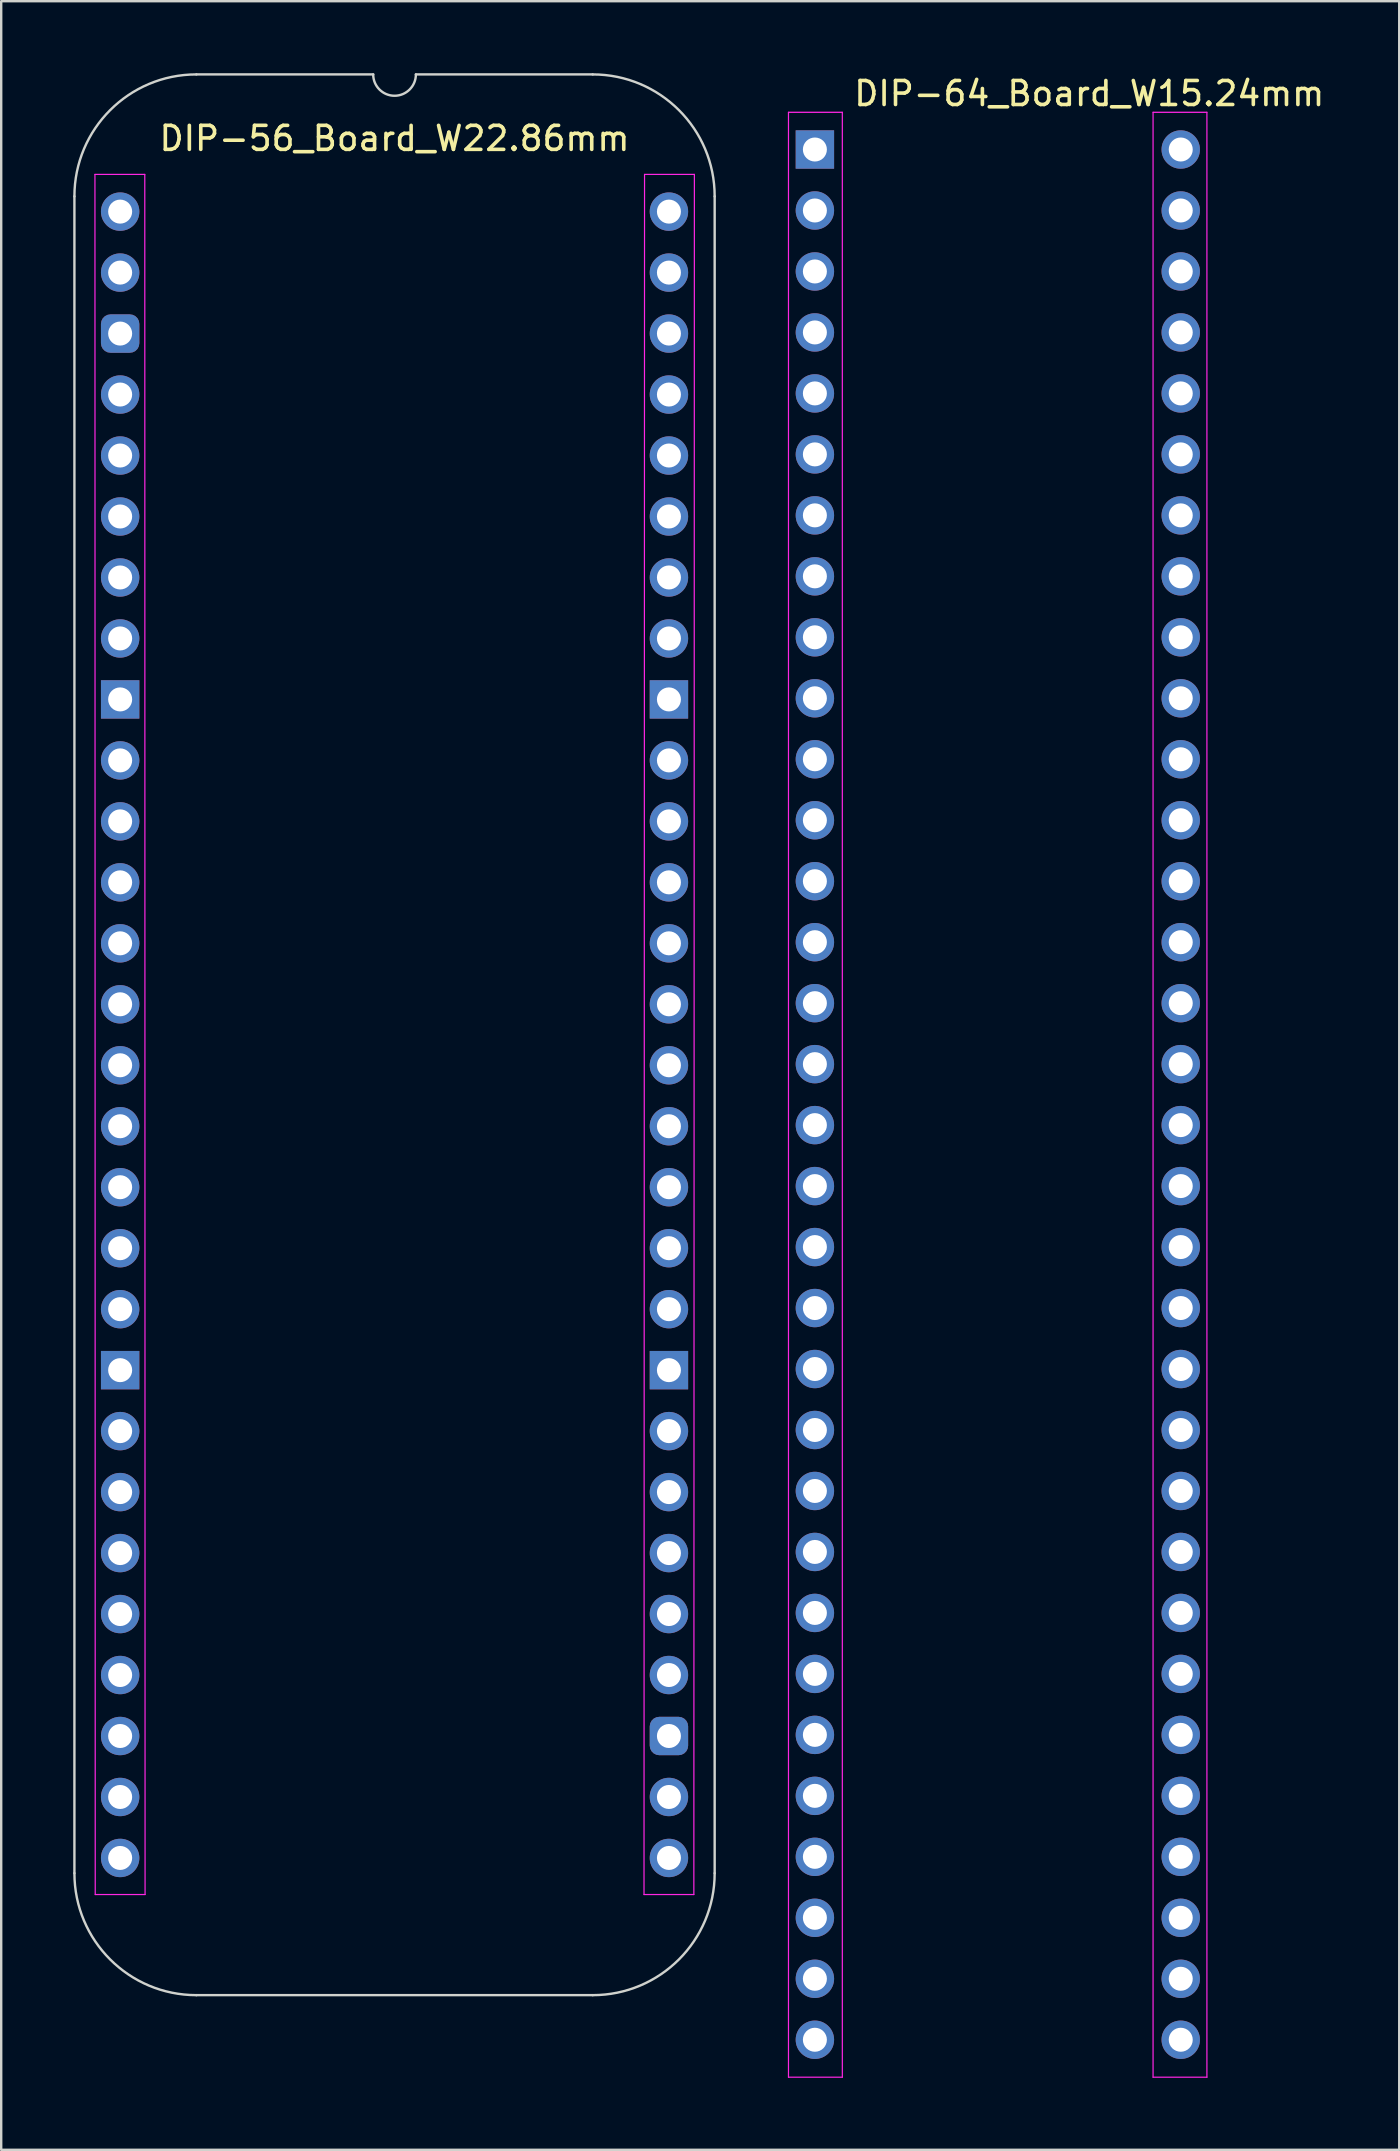
<source format=kicad_pcb>
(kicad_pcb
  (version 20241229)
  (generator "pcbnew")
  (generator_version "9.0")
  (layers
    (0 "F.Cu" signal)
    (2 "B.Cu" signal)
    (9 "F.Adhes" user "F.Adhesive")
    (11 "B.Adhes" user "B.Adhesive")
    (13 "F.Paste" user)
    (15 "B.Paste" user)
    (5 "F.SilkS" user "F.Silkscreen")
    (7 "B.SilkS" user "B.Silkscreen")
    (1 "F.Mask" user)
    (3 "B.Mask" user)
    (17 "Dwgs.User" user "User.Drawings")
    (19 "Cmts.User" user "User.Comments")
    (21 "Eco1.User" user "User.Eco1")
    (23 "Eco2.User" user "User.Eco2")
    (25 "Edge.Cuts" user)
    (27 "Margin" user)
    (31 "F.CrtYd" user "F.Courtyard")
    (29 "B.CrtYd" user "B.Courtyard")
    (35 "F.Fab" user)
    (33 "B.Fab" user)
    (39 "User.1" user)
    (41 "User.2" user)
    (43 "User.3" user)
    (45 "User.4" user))
  (footprint "DIP-56_Board_W22.86mm"
    (layer "F.Cu")
    (at 1.955 5.765)
    (property "Reference" "DIP-56_Board_W22.86mm" (at 11.43 -3.048 0) (layer "F.SilkS") (effects (font (size 1 1) (thickness 0.15))))
    (attr through_hole)
    (fp_line (start -1.905 -0.635) (end -1.905 69.215) (stroke (width 0.1) (type solid)) (layer "Edge.Cuts"))
    (fp_line (start 10.541 -5.715) (end 3.175 -5.715) (stroke (width 0.1) (type solid)) (layer "Edge.Cuts"))
    (fp_line (start 19.685 -5.715) (end 12.319 -5.715) (stroke (width 0.1) (type solid)) (layer "Edge.Cuts"))
    (fp_line (start 19.685 74.295) (end 3.175 74.295) (stroke (width 0.1) (type solid)) (layer "Edge.Cuts"))
    (fp_line (start 24.765 69.215) (end 24.765 -0.635) (stroke (width 0.1) (type solid)) (layer "Edge.Cuts"))
    (fp_arc (start -1.905 -0.635) (mid -0.417102 -4.227102) (end 3.175 -5.715) (stroke (width 0.1) (type solid)) (layer "Edge.Cuts"))
    (fp_arc (start 3.175 74.295) (mid -0.417102 72.807102) (end -1.905 69.215) (stroke (width 0.1) (type solid)) (layer "Edge.Cuts"))
    (fp_arc (start 12.319 -5.715) (mid 11.43 -4.826) (end 10.541 -5.715) (stroke (width 0.1) (type default)) (layer "Edge.Cuts"))
    (fp_arc (start 19.685 -5.715) (mid 23.277102 -4.227102) (end 24.765 -0.635) (stroke (width 0.1) (type solid)) (layer "Edge.Cuts"))
    (fp_arc (start 24.765 69.215) (mid 23.277103 72.807104) (end 19.685 74.295) (stroke (width 0.1) (type solid)) (layer "Edge.Cuts"))
    (fp_line (start -1.05 -1.55) (end -1.038 70.104) (stroke (width 0.05) (type solid)) (layer "F.CrtYd"))
    (fp_line (start -1.038 70.104) (end 1.038 70.104) (stroke (width 0.05) (type solid)) (layer "F.CrtYd"))
    (fp_line (start 1.026 -1.55) (end -1.05 -1.55) (stroke (width 0.05) (type solid)) (layer "F.CrtYd"))
    (fp_line (start 1.038 70.104) (end 1.026 -1.55) (stroke (width 0.05) (type solid)) (layer "F.CrtYd"))
    (fp_line (start 21.822 70.104) (end 21.844 -1.55) (stroke (width 0.05) (type solid)) (layer "F.CrtYd"))
    (fp_line (start 21.822 70.104) (end 23.898 70.104) (stroke (width 0.05) (type solid)) (layer "F.CrtYd"))
    (fp_line (start 23.898 70.104) (end 23.92 -1.55) (stroke (width 0.05) (type solid)) (layer "F.CrtYd"))
    (fp_line (start 23.92 -1.55) (end 21.844 -1.55) (stroke (width 0.05) (type solid)) (layer "F.CrtYd"))
    (pad "1" thru_hole oval (at 0 0) (size 1.6 1.6) (drill 1) (layers "*.Cu" "*.Mask"))
    (pad "2" thru_hole oval (at 0 2.54) (size 1.6 1.6) (drill 1) (layers "*.Cu" "*.Mask"))
    (pad "3" thru_hole roundrect (at 0 5.08) (size 1.6 1.6) (drill 1) (layers "*.Cu" "*.Mask") (roundrect_rratio 0.25))
    (pad "4" thru_hole oval (at 0 7.62) (size 1.6 1.6) (drill 1) (layers "*.Cu" "*.Mask"))
    (pad "5" thru_hole oval (at 0 10.16) (size 1.6 1.6) (drill 1) (layers "*.Cu" "*.Mask"))
    (pad "6" thru_hole oval (at 0 12.7) (size 1.6 1.6) (drill 1) (layers "*.Cu" "*.Mask"))
    (pad "7" thru_hole oval (at 0 15.24) (size 1.6 1.6) (drill 1) (layers "*.Cu" "*.Mask"))
    (pad "8" thru_hole oval (at 0 17.78) (size 1.6 1.6) (drill 1) (layers "*.Cu" "*.Mask"))
    (pad "9" thru_hole rect (at 0 20.32) (size 1.6 1.6) (drill 1) (layers "*.Cu" "*.Mask"))
    (pad "10" thru_hole circle (at 0 22.86) (size 1.6 1.6) (drill 1) (layers "*.Cu" "*.Mask"))
    (pad "11" thru_hole circle (at 0 25.4) (size 1.6 1.6) (drill 1) (layers "*.Cu" "*.Mask"))
    (pad "12" thru_hole oval (at 0 27.94) (size 1.6 1.6) (drill 1) (layers "*.Cu" "*.Mask"))
    (pad "13" thru_hole oval (at 0 30.48) (size 1.6 1.6) (drill 1) (layers "*.Cu" "*.Mask"))
    (pad "14" thru_hole oval (at 0 33.02) (size 1.6 1.6) (drill 1) (layers "*.Cu" "*.Mask"))
    (pad "15" thru_hole oval (at 0 35.56) (size 1.6 1.6) (drill 1) (layers "*.Cu" "*.Mask"))
    (pad "16" thru_hole oval (at 0 38.1) (size 1.6 1.6) (drill 1) (layers "*.Cu" "*.Mask"))
    (pad "17" thru_hole oval (at 0 40.64) (size 1.6 1.6) (drill 1) (layers "*.Cu" "*.Mask"))
    (pad "18" thru_hole oval (at 0 43.18) (size 1.6 1.6) (drill 1) (layers "*.Cu" "*.Mask"))
    (pad "19" thru_hole circle (at 0 45.72) (size 1.6 1.6) (drill 1) (layers "*.Cu" "*.Mask"))
    (pad "20" thru_hole rect (at 0 48.26) (size 1.6 1.6) (drill 1) (layers "*.Cu" "*.Mask"))
    (pad "21" thru_hole oval (at 0 50.8) (size 1.6 1.6) (drill 1) (layers "*.Cu" "*.Mask"))
    (pad "22" thru_hole oval (at 0 53.34) (size 1.6 1.6) (drill 1) (layers "*.Cu" "*.Mask"))
    (pad "23" thru_hole oval (at 0 55.88) (size 1.6 1.6) (drill 1) (layers "*.Cu" "*.Mask"))
    (pad "24" thru_hole oval (at 0 58.42) (size 1.6 1.6) (drill 1) (layers "*.Cu" "*.Mask"))
    (pad "25" thru_hole oval (at 0 60.96) (size 1.6 1.6) (drill 1) (layers "*.Cu" "*.Mask"))
    (pad "26" thru_hole oval (at 0 63.5) (size 1.6 1.6) (drill 1) (layers "*.Cu" "*.Mask"))
    (pad "27" thru_hole oval (at 0 66.04) (size 1.6 1.6) (drill 1) (layers "*.Cu" "*.Mask"))
    (pad "28" thru_hole oval (at 0 68.58) (size 1.6 1.6) (drill 1) (layers "*.Cu" "*.Mask"))
    (pad "29" thru_hole oval (at 22.86 68.58) (size 1.6 1.6) (drill 1) (layers "*.Cu" "*.Mask"))
    (pad "30" thru_hole oval (at 22.86 66.04) (size 1.6 1.6) (drill 1) (layers "*.Cu" "*.Mask"))
    (pad "31" thru_hole roundrect (at 22.86 63.5) (size 1.6 1.6) (drill 1) (layers "*.Cu" "*.Mask") (roundrect_rratio 0.25))
    (pad "32" thru_hole oval (at 22.86 60.96) (size 1.6 1.6) (drill 1) (layers "*.Cu" "*.Mask"))
    (pad "33" thru_hole oval (at 22.86 58.42) (size 1.6 1.6) (drill 1) (layers "*.Cu" "*.Mask"))
    (pad "34" thru_hole oval (at 22.86 55.88) (size 1.6 1.6) (drill 1) (layers "*.Cu" "*.Mask"))
    (pad "35" thru_hole oval (at 22.86 53.34) (size 1.6 1.6) (drill 1) (layers "*.Cu" "*.Mask"))
    (pad "36" thru_hole oval (at 22.86 50.8) (size 1.6 1.6) (drill 1) (layers "*.Cu" "*.Mask"))
    (pad "37" thru_hole rect (at 22.86 48.26) (size 1.6 1.6) (drill 1) (layers "*.Cu" "*.Mask"))
    (pad "38" thru_hole circle (at 22.86 45.72) (size 1.6 1.6) (drill 1) (layers "*.Cu" "*.Mask"))
    (pad "39" thru_hole oval (at 22.86 43.18) (size 1.6 1.6) (drill 1) (layers "*.Cu" "*.Mask"))
    (pad "40" thru_hole oval (at 22.86 40.64) (size 1.6 1.6) (drill 1) (layers "*.Cu" "*.Mask"))
    (pad "41" thru_hole oval (at 22.86 38.1) (size 1.6 1.6) (drill 1) (layers "*.Cu" "*.Mask"))
    (pad "42" thru_hole oval (at 22.86 35.56) (size 1.6 1.6) (drill 1) (layers "*.Cu" "*.Mask"))
    (pad "43" thru_hole oval (at 22.86 33.02) (size 1.6 1.6) (drill 1) (layers "*.Cu" "*.Mask"))
    (pad "44" thru_hole oval (at 22.86 30.48) (size 1.6 1.6) (drill 1) (layers "*.Cu" "*.Mask"))
    (pad "45" thru_hole oval (at 22.86 27.94) (size 1.6 1.6) (drill 1) (layers "*.Cu" "*.Mask"))
    (pad "46" thru_hole circle (at 22.86 25.4) (size 1.6 1.6) (drill 1) (layers "*.Cu" "*.Mask"))
    (pad "47" thru_hole circle (at 22.86 22.86) (size 1.6 1.6) (drill 1) (layers "*.Cu" "*.Mask"))
    (pad "48" thru_hole rect (at 22.86 20.32) (size 1.6 1.6) (drill 1) (layers "*.Cu" "*.Mask"))
    (pad "49" thru_hole oval (at 22.86 17.78) (size 1.6 1.6) (drill 1) (layers "*.Cu" "*.Mask"))
    (pad "50" thru_hole oval (at 22.86 15.24) (size 1.6 1.6) (drill 1) (layers "*.Cu" "*.Mask"))
    (pad "51" thru_hole oval (at 22.86 12.7) (size 1.6 1.6) (drill 1) (layers "*.Cu" "*.Mask"))
    (pad "52" thru_hole oval (at 22.86 10.16) (size 1.6 1.6) (drill 1) (layers "*.Cu" "*.Mask"))
    (pad "53" thru_hole oval (at 22.86 7.62) (size 1.6 1.6) (drill 1) (layers "*.Cu" "*.Mask"))
    (pad "54" thru_hole oval (at 22.86 5.08) (size 1.6 1.6) (drill 1) (layers "*.Cu" "*.Mask"))
    (pad "55" thru_hole oval (at 22.86 2.54) (size 1.6 1.6) (drill 1) (layers "*.Cu" "*.Mask"))
    (pad "56" thru_hole oval (at 22.86 0) (size 1.6 1.6) (drill 1) (layers "*.Cu" "*.Mask")))
  (footprint "DIP-64_Board_W15.24mm"
    (layer "F.Cu")
    (at 30.895 3.178)
    (property "Reference" "DIP-64_Board_W15.24mm" (at 11.43 -2.33 0) (layer "F.SilkS") (effects (font (size 1 1) (thickness 0.15))))
    (attr through_hole)
    (fp_line (start -1.1 -1.55) (end -1.1 80.3) (stroke (width 0.05) (type solid)) (layer "F.CrtYd"))
    (fp_line (start -1.1 80.3) (end 1.143 80.3) (stroke (width 0.05) (type solid)) (layer "F.CrtYd"))
    (fp_line (start 1.143 -1.55) (end -1.1 -1.55) (stroke (width 0.05) (type solid)) (layer "F.CrtYd"))
    (fp_line (start 1.143 80.3) (end 1.143 -1.55) (stroke (width 0.05) (type solid)) (layer "F.CrtYd"))
    (fp_line (start 14.087 -1.55) (end 14.087 80.3) (stroke (width 0.05) (type solid)) (layer "F.CrtYd"))
    (fp_line (start 14.087 80.3) (end 16.33 80.3) (stroke (width 0.05) (type solid)) (layer "F.CrtYd"))
    (fp_line (start 16.33 -1.55) (end 14.087 -1.55) (stroke (width 0.05) (type solid)) (layer "F.CrtYd"))
    (fp_line (start 16.33 80.3) (end 16.33 -1.55) (stroke (width 0.05) (type solid)) (layer "F.CrtYd"))
    (pad "1" thru_hole rect (at 0 0) (size 1.6 1.6) (drill 1) (layers "*.Cu" "*.Mask"))
    (pad "2" thru_hole oval (at 0 2.54) (size 1.6 1.6) (drill 1) (layers "*.Cu" "*.Mask"))
    (pad "3" thru_hole oval (at 0 5.08) (size 1.6 1.6) (drill 1) (layers "*.Cu" "*.Mask"))
    (pad "4" thru_hole oval (at 0 7.62) (size 1.6 1.6) (drill 1) (layers "*.Cu" "*.Mask"))
    (pad "5" thru_hole oval (at 0 10.16) (size 1.6 1.6) (drill 1) (layers "*.Cu" "*.Mask"))
    (pad "6" thru_hole oval (at 0 12.7) (size 1.6 1.6) (drill 1) (layers "*.Cu" "*.Mask"))
    (pad "7" thru_hole oval (at 0 15.24) (size 1.6 1.6) (drill 1) (layers "*.Cu" "*.Mask"))
    (pad "8" thru_hole oval (at 0 17.78) (size 1.6 1.6) (drill 1) (layers "*.Cu" "*.Mask"))
    (pad "9" thru_hole oval (at 0 20.32) (size 1.6 1.6) (drill 1) (layers "*.Cu" "*.Mask"))
    (pad "10" thru_hole oval (at 0 22.86) (size 1.6 1.6) (drill 1) (layers "*.Cu" "*.Mask"))
    (pad "11" thru_hole oval (at 0 25.4) (size 1.6 1.6) (drill 1) (layers "*.Cu" "*.Mask"))
    (pad "12" thru_hole oval (at 0 27.94) (size 1.6 1.6) (drill 1) (layers "*.Cu" "*.Mask"))
    (pad "13" thru_hole oval (at 0 30.48) (size 1.6 1.6) (drill 1) (layers "*.Cu" "*.Mask"))
    (pad "14" thru_hole oval (at 0 33.02) (size 1.6 1.6) (drill 1) (layers "*.Cu" "*.Mask"))
    (pad "15" thru_hole oval (at 0 35.56) (size 1.6 1.6) (drill 1) (layers "*.Cu" "*.Mask"))
    (pad "16" thru_hole oval (at 0 38.1) (size 1.6 1.6) (drill 1) (layers "*.Cu" "*.Mask"))
    (pad "17" thru_hole oval (at 0 40.64) (size 1.6 1.6) (drill 1) (layers "*.Cu" "*.Mask"))
    (pad "18" thru_hole oval (at 0 43.18) (size 1.6 1.6) (drill 1) (layers "*.Cu" "*.Mask"))
    (pad "19" thru_hole oval (at 0 45.72) (size 1.6 1.6) (drill 1) (layers "*.Cu" "*.Mask"))
    (pad "20" thru_hole oval (at 0 48.26) (size 1.6 1.6) (drill 1) (layers "*.Cu" "*.Mask"))
    (pad "21" thru_hole oval (at 0 50.8) (size 1.6 1.6) (drill 1) (layers "*.Cu" "*.Mask"))
    (pad "22" thru_hole oval (at 0 53.34) (size 1.6 1.6) (drill 1) (layers "*.Cu" "*.Mask"))
    (pad "23" thru_hole oval (at 0 55.88) (size 1.6 1.6) (drill 1) (layers "*.Cu" "*.Mask"))
    (pad "24" thru_hole oval (at 0 58.42) (size 1.6 1.6) (drill 1) (layers "*.Cu" "*.Mask"))
    (pad "25" thru_hole oval (at 0 60.96) (size 1.6 1.6) (drill 1) (layers "*.Cu" "*.Mask"))
    (pad "26" thru_hole oval (at 0 63.5) (size 1.6 1.6) (drill 1) (layers "*.Cu" "*.Mask"))
    (pad "27" thru_hole oval (at 0 66.04) (size 1.6 1.6) (drill 1) (layers "*.Cu" "*.Mask"))
    (pad "28" thru_hole oval (at 0 68.58) (size 1.6 1.6) (drill 1) (layers "*.Cu" "*.Mask"))
    (pad "29" thru_hole oval (at 0 71.12) (size 1.6 1.6) (drill 1) (layers "*.Cu" "*.Mask"))
    (pad "30" thru_hole oval (at 0 73.66) (size 1.6 1.6) (drill 1) (layers "*.Cu" "*.Mask"))
    (pad "31" thru_hole oval (at 0 76.2) (size 1.6 1.6) (drill 1) (layers "*.Cu" "*.Mask"))
    (pad "32" thru_hole oval (at 0 78.74) (size 1.6 1.6) (drill 1) (layers "*.Cu" "*.Mask"))
    (pad "33" thru_hole oval (at 15.24 78.74) (size 1.6 1.6) (drill 1) (layers "*.Cu" "*.Mask"))
    (pad "34" thru_hole oval (at 15.24 76.2) (size 1.6 1.6) (drill 1) (layers "*.Cu" "*.Mask"))
    (pad "35" thru_hole oval (at 15.24 73.66) (size 1.6 1.6) (drill 1) (layers "*.Cu" "*.Mask"))
    (pad "36" thru_hole oval (at 15.24 71.12) (size 1.6 1.6) (drill 1) (layers "*.Cu" "*.Mask"))
    (pad "37" thru_hole oval (at 15.24 68.58) (size 1.6 1.6) (drill 1) (layers "*.Cu" "*.Mask"))
    (pad "38" thru_hole oval (at 15.24 66.04) (size 1.6 1.6) (drill 1) (layers "*.Cu" "*.Mask"))
    (pad "39" thru_hole oval (at 15.24 63.5) (size 1.6 1.6) (drill 1) (layers "*.Cu" "*.Mask"))
    (pad "40" thru_hole oval (at 15.24 60.96) (size 1.6 1.6) (drill 1) (layers "*.Cu" "*.Mask"))
    (pad "41" thru_hole oval (at 15.24 58.42) (size 1.6 1.6) (drill 1) (layers "*.Cu" "*.Mask"))
    (pad "42" thru_hole oval (at 15.24 55.88) (size 1.6 1.6) (drill 1) (layers "*.Cu" "*.Mask"))
    (pad "43" thru_hole oval (at 15.24 53.34) (size 1.6 1.6) (drill 1) (layers "*.Cu" "*.Mask"))
    (pad "44" thru_hole oval (at 15.24 50.8) (size 1.6 1.6) (drill 1) (layers "*.Cu" "*.Mask"))
    (pad "45" thru_hole oval (at 15.24 48.26) (size 1.6 1.6) (drill 1) (layers "*.Cu" "*.Mask"))
    (pad "46" thru_hole oval (at 15.24 45.72) (size 1.6 1.6) (drill 1) (layers "*.Cu" "*.Mask"))
    (pad "47" thru_hole oval (at 15.24 43.18) (size 1.6 1.6) (drill 1) (layers "*.Cu" "*.Mask"))
    (pad "48" thru_hole oval (at 15.24 40.64) (size 1.6 1.6) (drill 1) (layers "*.Cu" "*.Mask"))
    (pad "49" thru_hole oval (at 15.24 38.1) (size 1.6 1.6) (drill 1) (layers "*.Cu" "*.Mask"))
    (pad "50" thru_hole oval (at 15.24 35.56) (size 1.6 1.6) (drill 1) (layers "*.Cu" "*.Mask"))
    (pad "51" thru_hole oval (at 15.24 33.02) (size 1.6 1.6) (drill 1) (layers "*.Cu" "*.Mask"))
    (pad "52" thru_hole oval (at 15.24 30.48) (size 1.6 1.6) (drill 1) (layers "*.Cu" "*.Mask"))
    (pad "53" thru_hole oval (at 15.24 27.94) (size 1.6 1.6) (drill 1) (layers "*.Cu" "*.Mask"))
    (pad "54" thru_hole oval (at 15.24 25.4) (size 1.6 1.6) (drill 1) (layers "*.Cu" "*.Mask"))
    (pad "55" thru_hole oval (at 15.24 22.86) (size 1.6 1.6) (drill 1) (layers "*.Cu" "*.Mask"))
    (pad "56" thru_hole oval (at 15.24 20.32) (size 1.6 1.6) (drill 1) (layers "*.Cu" "*.Mask"))
    (pad "57" thru_hole oval (at 15.24 17.78) (size 1.6 1.6) (drill 1) (layers "*.Cu" "*.Mask"))
    (pad "58" thru_hole oval (at 15.24 15.24) (size 1.6 1.6) (drill 1) (layers "*.Cu" "*.Mask"))
    (pad "59" thru_hole oval (at 15.24 12.7) (size 1.6 1.6) (drill 1) (layers "*.Cu" "*.Mask"))
    (pad "60" thru_hole oval (at 15.24 10.16) (size 1.6 1.6) (drill 1) (layers "*.Cu" "*.Mask"))
    (pad "61" thru_hole oval (at 15.24 7.62) (size 1.6 1.6) (drill 1) (layers "*.Cu" "*.Mask"))
    (pad "62" thru_hole oval (at 15.24 5.08) (size 1.6 1.6) (drill 1) (layers "*.Cu" "*.Mask"))
    (pad "63" thru_hole oval (at 15.24 2.54) (size 1.6 1.6) (drill 1) (layers "*.Cu" "*.Mask"))
    (pad "64" thru_hole oval (at 15.24 0) (size 1.6 1.6) (drill 1) (layers "*.Cu" "*.Mask")))
  (gr_rect
    (start -3 -3)
    (end 55.236 86.503)
    (stroke (width 0.1) (type default))
    (fill no)
    (layer "Edge.Cuts")))
</source>
